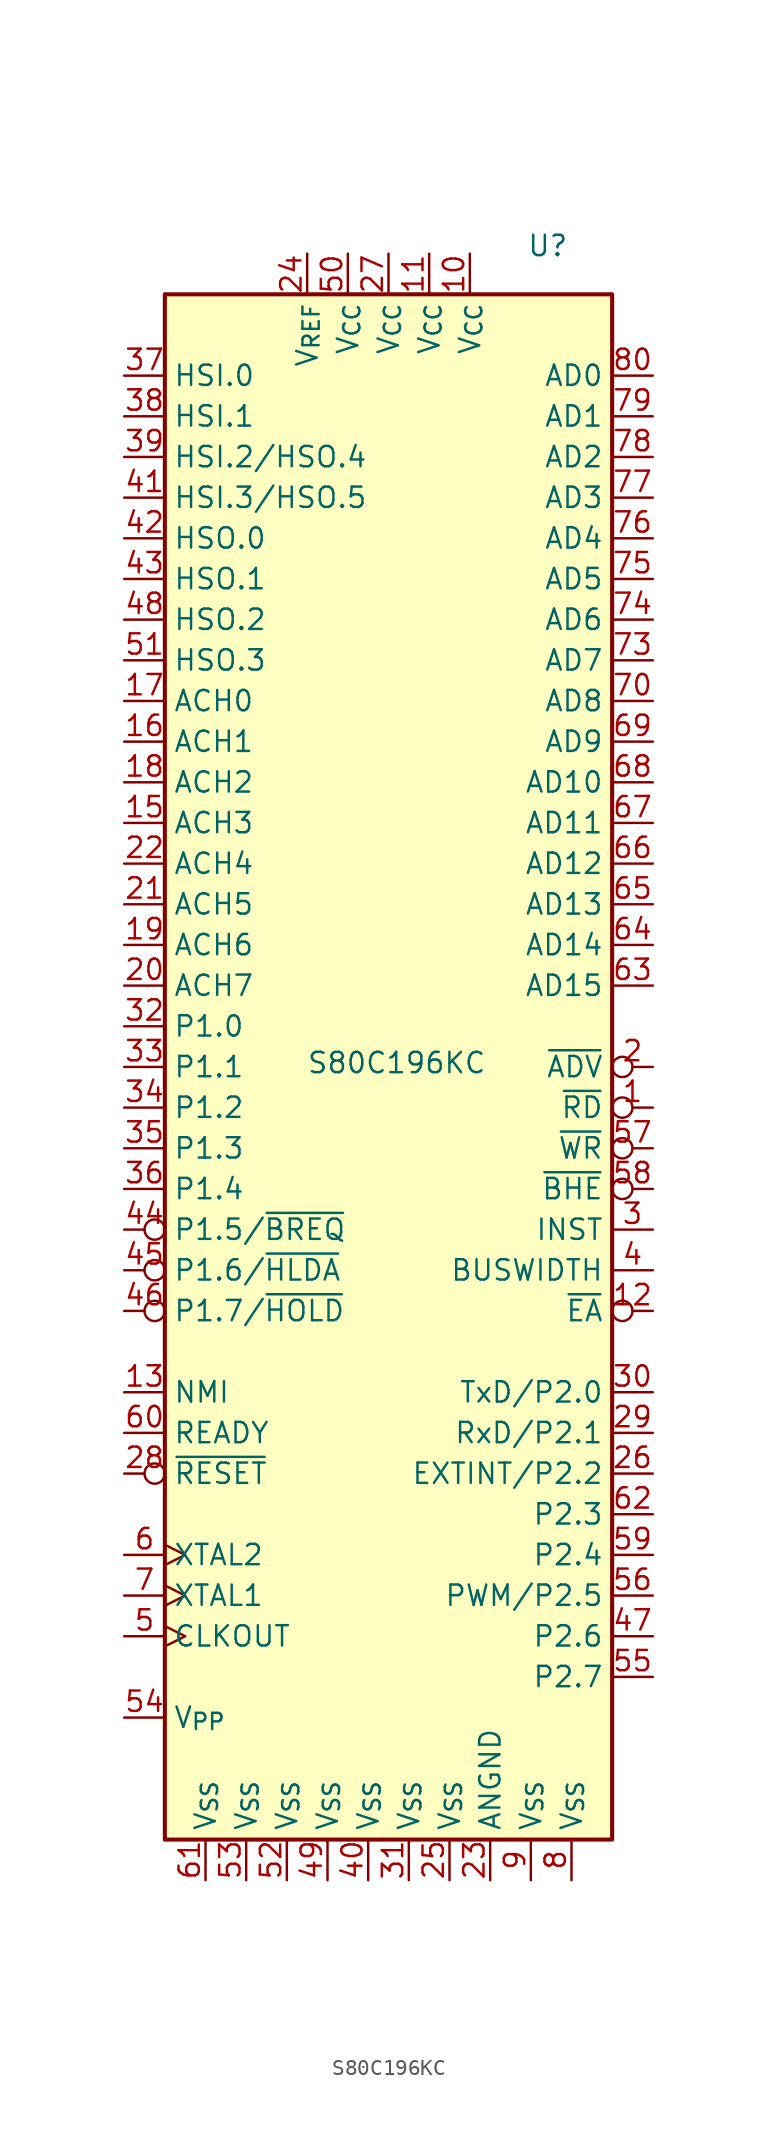
<source format=kicad_sym>
(kicad_symbol_lib
  (version 20241209)
  (generator "kicad_symbol_editor")
  (generator_version "9.0")
  (symbol "S80C196KC"
    (property "Reference" "U"
      (at 8.636 50.546 0)
      (effects (font (size 1.27 1.27)) (justify left bottom)))
    (property "Value" "S80C196KC"
      (at 0.508 0.254 0)
      (effects (font (size 1.27 1.27))))
    (symbol "S80C196KC_0_0"
      (pin input line (at -16.51 43.18 0) (length 2.54) (name "HSI.0" (effects (font (size 1.27 1.27)))) (number "37" (effects (font (size 1.27 1.27)))))
      (pin input line (at -16.51 40.64 0) (length 2.54) (name "HSI.1" (effects (font (size 1.27 1.27)))) (number "38" (effects (font (size 1.27 1.27)))))
      (pin bidirectional line (at -16.51 38.1 0) (length 2.54) (name "HSI.2/HSO.4" (effects (font (size 1.27 1.27)))) (number "39" (effects (font (size 1.27 1.27)))))
      (pin bidirectional line (at -16.51 35.56 0) (length 2.54) (name "HSI.3/HSO.5" (effects (font (size 1.27 1.27)))) (number "41" (effects (font (size 1.27 1.27)))))
      (pin bidirectional line (at -16.51 7.62 0) (length 2.54) (name "ACH6" (effects (font (size 1.27 1.27)))) (number "19" (effects (font (size 1.27 1.27)))))
      (pin bidirectional line (at -16.51 5.08 0) (length 2.54) (name "ACH7" (effects (font (size 1.27 1.27)))) (number "20" (effects (font (size 1.27 1.27)))))
      (pin input line (at -5.08 50.8 270) (length 2.54) (name "V_{REF}" (effects (font (size 1.27 1.27)))) (number "24" (effects (font (size 1.27 1.27)))))
      (pin power_in line (at 8.89 -50.8 90) (length 2.54) (name "V_{SS}" (effects (font (size 1.27 1.27)))) (number "9" (effects (font (size 1.27 1.27)))))
      (pin input inverted (at 16.51 -15.24 180) (length 2.54) (name "~{EA}" (effects (font (size 1.27 1.27)))) (number "12" (effects (font (size 1.27 1.27))))))
    (symbol "S80C196KC_0_1"
      (rectangle (start -13.97 48.26) (end 13.97 -48.26) (stroke (width 0.254) (type default)) (fill (type background))))
    (symbol "S80C196KC_1_0"
      (pin bidirectional line (at -16.51 22.86 0) (length 2.54) (name "ACH0" (effects (font (size 1.27 1.27)))) (number "17" (effects (font (size 1.27 1.27)))))
      (pin bidirectional line (at -16.51 20.32 0) (length 2.54) (name "ACH1" (effects (font (size 1.27 1.27)))) (number "16" (effects (font (size 1.27 1.27)))))
      (pin bidirectional line (at -16.51 17.78 0) (length 2.54) (name "ACH2" (effects (font (size 1.27 1.27)))) (number "18" (effects (font (size 1.27 1.27)))))
      (pin bidirectional line (at -16.51 15.24 0) (length 2.54) (name "ACH3" (effects (font (size 1.27 1.27)))) (number "15" (effects (font (size 1.27 1.27)))))
      (pin bidirectional line (at -16.51 2.54 0) (length 2.54) (name "P1.0" (effects (font (size 1.27 1.27)))) (number "32" (effects (font (size 1.27 1.27)))))
      (pin bidirectional line (at -16.51 0 0) (length 2.54) (name "P1.1" (effects (font (size 1.27 1.27)))) (number "33" (effects (font (size 1.27 1.27)))))
      (pin bidirectional line (at -16.51 -2.54 0) (length 2.54) (name "P1.2" (effects (font (size 1.27 1.27)))) (number "34" (effects (font (size 1.27 1.27)))))
      (pin bidirectional line (at -16.51 -5.08 0) (length 2.54) (name "P1.3" (effects (font (size 1.27 1.27)))) (number "35" (effects (font (size 1.27 1.27)))))
      (pin bidirectional line (at -16.51 -7.62 0) (length 2.54) (name "P1.4" (effects (font (size 1.27 1.27)))) (number "36" (effects (font (size 1.27 1.27)))))
      (pin output inverted (at -16.51 -10.16 0) (length 2.54) (name "P1.5/~{BREQ}" (effects (font (size 1.27 1.27)))) (number "44" (effects (font (size 1.27 1.27)))))
      (pin output inverted (at -16.51 -12.7 0) (length 2.54) (name "P1.6/~{HLDA}" (effects (font (size 1.27 1.27)))) (number "45" (effects (font (size 1.27 1.27)))))
      (pin input inverted (at -16.51 -15.24 0) (length 2.54) (name "P1.7/~{HOLD}" (effects (font (size 1.27 1.27)))) (number "46" (effects (font (size 1.27 1.27)))))
      (pin input line (at -16.51 -20.32 0) (length 2.54) (name "NMI" (effects (font (size 1.27 1.27)))) (number "13" (effects (font (size 1.27 1.27)))))
      (pin output clock (at -16.51 -35.56 0) (length 2.54) (name "CLKOUT" (effects (font (size 1.27 1.27)))) (number "5" (effects (font (size 1.27 1.27)))))
      (pin power_in line (at -11.43 -50.8 90) (length 2.54) (name "V_{SS}" (effects (font (size 1.27 1.27)))) (number "61" (effects (font (size 1.27 1.27)))))
      (pin power_in line (at -8.89 -50.8 90) (length 2.54) (name "V_{SS}" (effects (font (size 1.27 1.27)))) (number "53" (effects (font (size 1.27 1.27)))))
      (pin power_in line (at -6.35 -50.8 90) (length 2.54) (name "V_{SS}" (effects (font (size 1.27 1.27)))) (number "52" (effects (font (size 1.27 1.27)))))
      (pin power_in line (at -3.81 -50.8 90) (length 2.54) (name "V_{SS}" (effects (font (size 1.27 1.27)))) (number "49" (effects (font (size 1.27 1.27)))))
      (pin power_in line (at -2.54 50.8 270) (length 2.54) (name "V_{CC}" (effects (font (size 1.27 1.27)))) (number "50" (effects (font (size 1.27 1.27)))))
      (pin power_in line (at -1.27 -50.8 90) (length 2.54) (name "V_{SS}" (effects (font (size 1.27 1.27)))) (number "40" (effects (font (size 1.27 1.27)))))
      (pin power_in line (at 0 50.8 270) (length 2.54) (name "V_{CC}" (effects (font (size 1.27 1.27)))) (number "27" (effects (font (size 1.27 1.27)))))
      (pin power_in line (at 1.27 -50.8 90) (length 2.54) (name "V_{SS}" (effects (font (size 1.27 1.27)))) (number "31" (effects (font (size 1.27 1.27)))))
      (pin power_in line (at 3.81 -50.8 90) (length 2.54) (name "V_{SS}" (effects (font (size 1.27 1.27)))) (number "25" (effects (font (size 1.27 1.27)))))
      (pin output line (at 16.51 -10.16 180) (length 2.54) (name "INST" (effects (font (size 1.27 1.27)))) (number "3" (effects (font (size 1.27 1.27)))))
      (pin input line (at 16.51 -12.7 180) (length 2.54) (name "BUSWIDTH" (effects (font (size 1.27 1.27)))) (number "4" (effects (font (size 1.27 1.27)))))
      (pin input line (at 16.51 -25.4 180) (length 2.54) (name "EXTINT/P2.2" (effects (font (size 1.27 1.27)))) (number "26" (effects (font (size 1.27 1.27)))))
      (pin bidirectional line (at 16.51 -27.94 180) (length 2.54) (name "P2.3" (effects (font (size 1.27 1.27)))) (number "62" (effects (font (size 1.27 1.27)))))
      (pin bidirectional line (at 16.51 -30.48 180) (length 2.54) (name "P2.4" (effects (font (size 1.27 1.27)))) (number "59" (effects (font (size 1.27 1.27)))))
      (pin bidirectional line (at 16.51 -38.1 180) (length 2.54) (name "P2.7" (effects (font (size 1.27 1.27)))) (number "55" (effects (font (size 1.27 1.27)))))
      (pin no_connect line (at 16.51 -45.72 180) (length 2.54) (hide yes) (name "N.C." (effects (font (size 1.27 1.27)))) (number "14" (effects (font (size 1.27 1.27)))))
      (pin no_connect line (at 16.51 -45.72 180) (length 2.54) (hide yes) (name "N.C." (effects (font (size 1.27 1.27)))) (number "71" (effects (font (size 1.27 1.27)))))
      (pin no_connect line (at 16.51 -45.72 180) (length 2.54) (hide yes) (name "N.C." (effects (font (size 1.27 1.27)))) (number "72" (effects (font (size 1.27 1.27))))))
    (symbol "S80C196KC_1_1"
      (pin output line (at -16.51 33.02 0) (length 2.54) (name "HSO.0" (effects (font (size 1.27 1.27)))) (number "42" (effects (font (size 1.27 1.27)))))
      (pin output line (at -16.51 30.48 0) (length 2.54) (name "HSO.1" (effects (font (size 1.27 1.27)))) (number "43" (effects (font (size 1.27 1.27)))))
      (pin output line (at -16.51 27.94 0) (length 2.54) (name "HSO.2" (effects (font (size 1.27 1.27)))) (number "48" (effects (font (size 1.27 1.27)))))
      (pin output line (at -16.51 25.4 0) (length 2.54) (name "HSO.3" (effects (font (size 1.27 1.27)))) (number "51" (effects (font (size 1.27 1.27)))))
      (pin bidirectional line (at -16.51 12.7 0) (length 2.54) (name "ACH4" (effects (font (size 1.27 1.27)))) (number "22" (effects (font (size 1.27 1.27)))))
      (pin bidirectional line (at -16.51 10.16 0) (length 2.54) (name "ACH5" (effects (font (size 1.27 1.27)))) (number "21" (effects (font (size 1.27 1.27)))))
      (pin input line (at -16.51 -22.86 0) (length 2.54) (name "READY" (effects (font (size 1.27 1.27)))) (number "60" (effects (font (size 1.27 1.27)))))
      (pin input inverted (at -16.51 -25.4 0) (length 2.54) (name "~{RESET}" (effects (font (size 1.27 1.27)))) (number "28" (effects (font (size 1.27 1.27)))))
      (pin output clock (at -16.51 -30.48 0) (length 2.54) (name "XTAL2" (effects (font (size 1.27 1.27)))) (number "6" (effects (font (size 1.27 1.27)))))
      (pin input clock (at -16.51 -33.02 0) (length 2.54) (name "XTAL1" (effects (font (size 1.27 1.27)))) (number "7" (effects (font (size 1.27 1.27)))))
      (pin passive line (at -16.51 -40.64 0) (length 2.54) (name "V_{PP}" (effects (font (size 1.27 1.27)))) (number "54" (effects (font (size 1.27 1.27)))))
      (pin power_in line (at 2.54 50.8 270) (length 2.54) (name "V_{CC}" (effects (font (size 1.27 1.27)))) (number "11" (effects (font (size 1.27 1.27)))))
      (pin power_in line (at 5.08 50.8 270) (length 2.54) (name "V_{CC}" (effects (font (size 1.27 1.27)))) (number "10" (effects (font (size 1.27 1.27)))))
      (pin power_in line (at 6.35 -50.8 90) (length 2.54) (name "ANGND" (effects (font (size 1.27 1.27)))) (number "23" (effects (font (size 1.27 1.27)))))
      (pin power_in line (at 11.43 -50.8 90) (length 2.54) (name "V_{SS}" (effects (font (size 1.27 1.27)))) (number "8" (effects (font (size 1.27 1.27)))))
      (pin bidirectional line (at 16.51 43.18 180) (length 2.54) (name "AD0" (effects (font (size 1.27 1.27)))) (number "80" (effects (font (size 1.27 1.27)))))
      (pin bidirectional line (at 16.51 40.64 180) (length 2.54) (name "AD1" (effects (font (size 1.27 1.27)))) (number "79" (effects (font (size 1.27 1.27)))))
      (pin bidirectional line (at 16.51 38.1 180) (length 2.54) (name "AD2" (effects (font (size 1.27 1.27)))) (number "78" (effects (font (size 1.27 1.27)))))
      (pin bidirectional line (at 16.51 35.56 180) (length 2.54) (name "AD3" (effects (font (size 1.27 1.27)))) (number "77" (effects (font (size 1.27 1.27)))))
      (pin bidirectional line (at 16.51 33.02 180) (length 2.54) (name "AD4" (effects (font (size 1.27 1.27)))) (number "76" (effects (font (size 1.27 1.27)))))
      (pin bidirectional line (at 16.51 30.48 180) (length 2.54) (name "AD5" (effects (font (size 1.27 1.27)))) (number "75" (effects (font (size 1.27 1.27)))))
      (pin bidirectional line (at 16.51 27.94 180) (length 2.54) (name "AD6" (effects (font (size 1.27 1.27)))) (number "74" (effects (font (size 1.27 1.27)))))
      (pin bidirectional line (at 16.51 25.4 180) (length 2.54) (name "AD7" (effects (font (size 1.27 1.27)))) (number "73" (effects (font (size 1.27 1.27)))))
      (pin bidirectional line (at 16.51 22.86 180) (length 2.54) (name "AD8" (effects (font (size 1.27 1.27)))) (number "70" (effects (font (size 1.27 1.27)))))
      (pin bidirectional line (at 16.51 20.32 180) (length 2.54) (name "AD9" (effects (font (size 1.27 1.27)))) (number "69" (effects (font (size 1.27 1.27)))))
      (pin bidirectional line (at 16.51 17.78 180) (length 2.54) (name "AD10" (effects (font (size 1.27 1.27)))) (number "68" (effects (font (size 1.27 1.27)))))
      (pin bidirectional line (at 16.51 15.24 180) (length 2.54) (name "AD11" (effects (font (size 1.27 1.27)))) (number "67" (effects (font (size 1.27 1.27)))))
      (pin bidirectional line (at 16.51 12.7 180) (length 2.54) (name "AD12" (effects (font (size 1.27 1.27)))) (number "66" (effects (font (size 1.27 1.27)))))
      (pin bidirectional line (at 16.51 10.16 180) (length 2.54) (name "AD13" (effects (font (size 1.27 1.27)))) (number "65" (effects (font (size 1.27 1.27)))))
      (pin bidirectional line (at 16.51 7.62 180) (length 2.54) (name "AD14" (effects (font (size 1.27 1.27)))) (number "64" (effects (font (size 1.27 1.27)))))
      (pin bidirectional line (at 16.51 5.08 180) (length 2.54) (name "AD15" (effects (font (size 1.27 1.27)))) (number "63" (effects (font (size 1.27 1.27)))))
      (pin output inverted (at 16.51 0 180) (length 2.54) (name "~{ADV}" (effects (font (size 1.27 1.27)))) (number "2" (effects (font (size 1.27 1.27)))))
      (pin output inverted (at 16.51 -2.54 180) (length 2.54) (name "~{RD}" (effects (font (size 1.27 1.27)))) (number "1" (effects (font (size 1.27 1.27)))))
      (pin output inverted (at 16.51 -5.08 180) (length 2.54) (name "~{WR}" (effects (font (size 1.27 1.27)))) (number "57" (effects (font (size 1.27 1.27)))))
      (pin output inverted (at 16.51 -7.62 180) (length 2.54) (name "~{BHE}" (effects (font (size 1.27 1.27)))) (number "58" (effects (font (size 1.27 1.27)))))
      (pin output line (at 16.51 -20.32 180) (length 2.54) (name "TxD/P2.0" (effects (font (size 1.27 1.27)))) (number "30" (effects (font (size 1.27 1.27)))))
      (pin input line (at 16.51 -22.86 180) (length 2.54) (name "RxD/P2.1" (effects (font (size 1.27 1.27)))) (number "29" (effects (font (size 1.27 1.27)))))
      (pin bidirectional line (at 16.51 -33.02 180) (length 2.54) (name "PWM/P2.5" (effects (font (size 1.27 1.27)))) (number "56" (effects (font (size 1.27 1.27)))))
      (pin bidirectional line (at 16.51 -35.56 180) (length 2.54) (name "P2.6" (effects (font (size 1.27 1.27)))) (number "47" (effects (font (size 1.27 1.27))))))))
</source>
